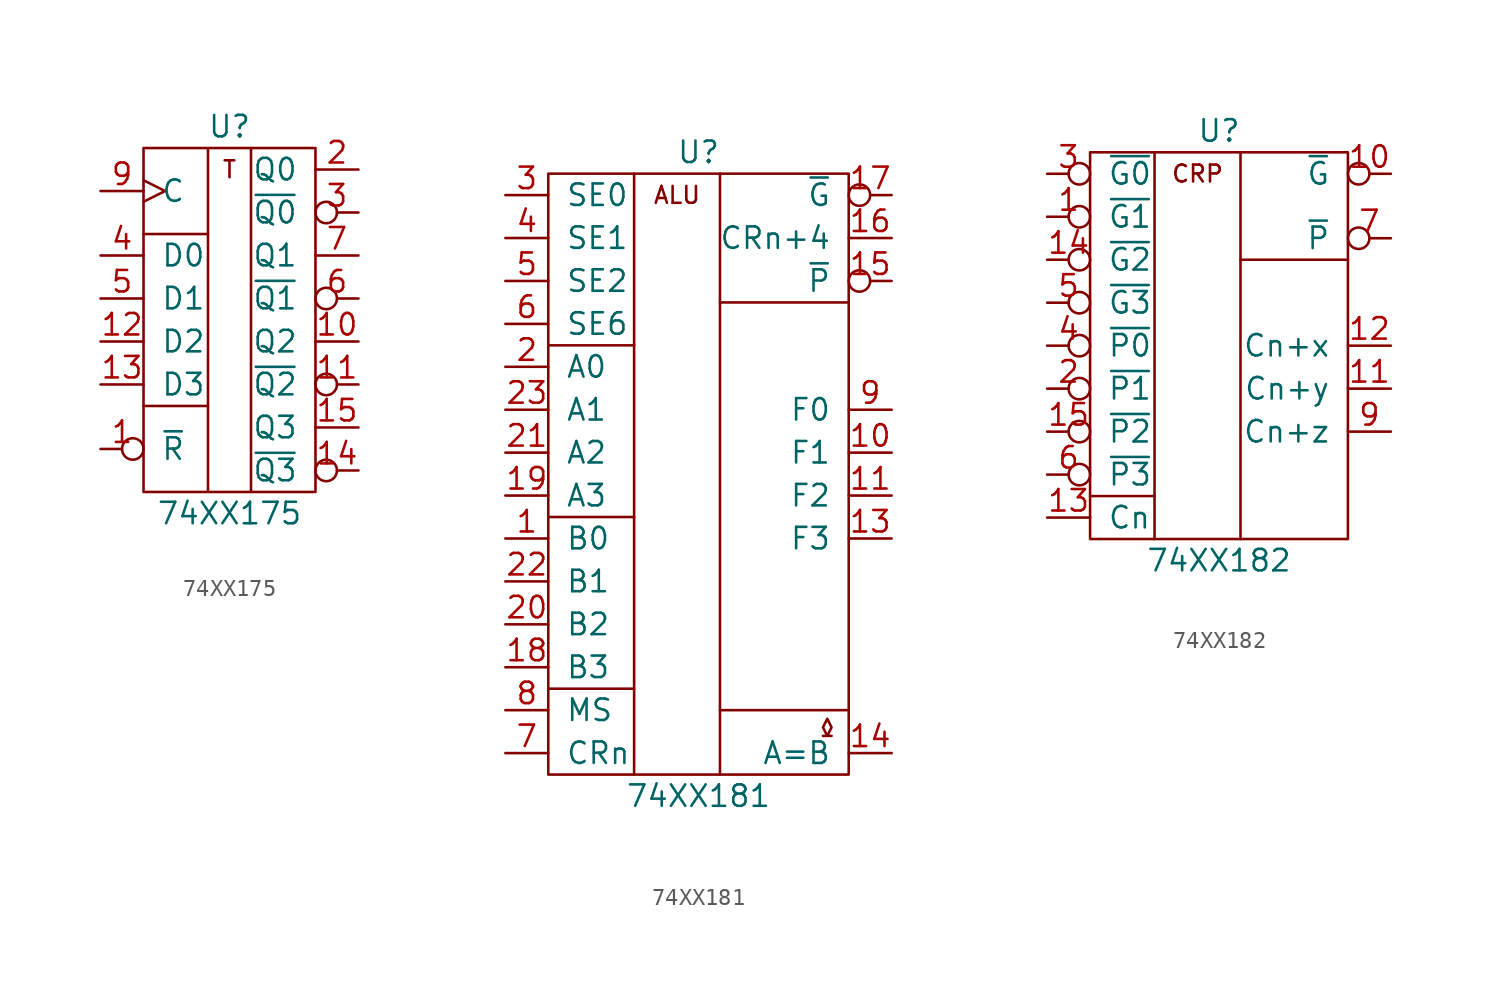
<source format=kicad_sym>
(kicad_symbol_lib
  (version 20211014)
  (generator kicad_symbol_editor)
  (symbol "74XX175"
    (pin_names
      (offset 1.016))
    (property "Reference" "U"
      (at 0 11.43 0)
      (effects (font (size 1.27 1.27))))
    (property "Value" "74XX175"
      (at 0 -11.43 0)
      (effects (font (size 1.27 1.27))))
    (symbol "74XX175_0_0"
      (polyline (pts (xy -5.08 -5.08) (xy -1.27 -5.08)) (stroke (width 0) (type default) (color 0 0 0 0)) (fill (type none)))
      (polyline (pts (xy -5.08 5.08) (xy -1.27 5.08)) (stroke (width 0) (type default) (color 0 0 0 0)) (fill (type none)))
      (polyline (pts (xy -1.27 -10.16) (xy -1.27 10.16)) (stroke (width 0) (type default) (color 0 0 0 0)) (fill (type none)))
      (polyline (pts (xy 1.27 10.16) (xy 1.27 -10.16)) (stroke (width 0) (type default) (color 0 0 0 0)) (fill (type none)))
      (rectangle (start 5.08 10.16) (end -5.08 -10.16) (stroke (width 0) (type default) (color 0 0 0 0)) (fill (type none)))
      (text "T" (at 0 8.89 0) (effects (font (size 1 1)))))
    (symbol "74XX175_0_1"
      (pin input inverted (at -7.62 -7.62 0) (length 2.54) (name "~{R}" (effects (font (size 1.27 1.27)))) (number "1" (effects (font (size 1.27 1.27)))))
      (pin output line (at 7.62 -1.27 180) (length 2.54) (name "Q2" (effects (font (size 1.27 1.27)))) (number "10" (effects (font (size 1.27 1.27)))))
      (pin output inverted (at 7.62 -3.81 180) (length 2.54) (name "~{Q2}" (effects (font (size 1.27 1.27)))) (number "11" (effects (font (size 1.27 1.27)))))
      (pin input line (at -7.62 -1.27 0) (length 2.54) (name "D2" (effects (font (size 1.27 1.27)))) (number "12" (effects (font (size 1.27 1.27)))))
      (pin input line (at -7.62 -3.81 0) (length 2.54) (name "D3" (effects (font (size 1.27 1.27)))) (number "13" (effects (font (size 1.27 1.27)))))
      (pin output inverted (at 7.62 -8.89 180) (length 2.54) (name "~{Q3}" (effects (font (size 1.27 1.27)))) (number "14" (effects (font (size 1.27 1.27)))))
      (pin output line (at 7.62 -6.35 180) (length 2.54) (name "Q3" (effects (font (size 1.27 1.27)))) (number "15" (effects (font (size 1.27 1.27)))))
      (pin power_in line (at 5.08 10.16 180) (length 0) hide (name "VCC" (effects (font (size 1.27 1.27)))) (number "16" (effects (font (size 1.27 1.27)))))
      (pin output line (at 7.62 8.89 180) (length 2.54) (name "Q0" (effects (font (size 1.27 1.27)))) (number "2" (effects (font (size 1.27 1.27)))))
      (pin output inverted (at 7.62 6.35 180) (length 2.54) (name "~{Q0}" (effects (font (size 1.27 1.27)))) (number "3" (effects (font (size 1.27 1.27)))))
      (pin input line (at -7.62 3.81 0) (length 2.54) (name "D0" (effects (font (size 1.27 1.27)))) (number "4" (effects (font (size 1.27 1.27)))))
      (pin input line (at -7.62 1.27 0) (length 2.54) (name "D1" (effects (font (size 1.27 1.27)))) (number "5" (effects (font (size 1.27 1.27)))))
      (pin output inverted (at 7.62 1.27 180) (length 2.54) (name "~{Q1}" (effects (font (size 1.27 1.27)))) (number "6" (effects (font (size 1.27 1.27)))))
      (pin output line (at 7.62 3.81 180) (length 2.54) (name "Q1" (effects (font (size 1.27 1.27)))) (number "7" (effects (font (size 1.27 1.27)))))
      (pin power_in line (at 5.08 -10.16 180) (length 0) hide (name "GND" (effects (font (size 1.27 1.27)))) (number "8" (effects (font (size 1.27 1.27)))))
      (pin input clock (at -7.62 7.62 0) (length 2.54) (name "C" (effects (font (size 1.27 1.27)))) (number "9" (effects (font (size 1.27 1.27)))))))
  (symbol "74XX181"
    (pin_names
      (offset 1.016))
    (property "Reference" "U"
      (at 0 19.05 0)
      (effects (font (size 1.27 1.27))))
    (property "Value" "74XX181"
      (at 0 -19.05 0)
      (effects (font (size 1.27 1.27))))
    (symbol "74XX181_0_0"
      (polyline (pts (xy -8.89 -12.7) (xy -3.81 -12.7)) (stroke (width 0) (type default) (color 0 0 0 0)) (fill (type none)))
      (polyline (pts (xy -8.89 -2.54) (xy -3.81 -2.54)) (stroke (width 0) (type default) (color 0 0 0 0)) (fill (type none)))
      (polyline (pts (xy -8.89 7.62) (xy -3.81 7.62)) (stroke (width 0) (type default) (color 0 0 0 0)) (fill (type none)))
      (polyline (pts (xy 1.27 -13.97) (xy 8.89 -13.97)) (stroke (width 0) (type default) (color 0 0 0 0)) (fill (type none)))
      (polyline (pts (xy 1.27 10.16) (xy 8.89 10.16)) (stroke (width 0) (type default) (color 0 0 0 0)) (fill (type none)))
      (polyline (pts (xy 1.27 17.78) (xy 1.27 -17.78)) (stroke (width 0) (type default) (color 0 0 0 0)) (fill (type none)))
      (text "ALU" (at -1.27 16.51 0) (effects (font (size 1 1)))))
    (symbol "74XX181_0_1"
      (rectangle (start -8.89 17.78) (end 8.89 -17.78) (stroke (width 0) (type default) (color 0 0 0 0)) (fill (type none)))
      (polyline (pts (xy -3.81 17.78) (xy -3.81 -17.78)) (stroke (width 0) (type default) (color 0 0 0 0)) (fill (type none)))
      (pin power_in line (at 8.89 -17.78 180) (length 0) hide (name "GND" (effects (font (size 1.27 1.27)))) (number "12" (effects (font (size 1.27 1.27)))))
      (pin power_in line (at 8.89 17.78 180) (length 0) hide (name "VCC" (effects (font (size 1.27 1.27)))) (number "24" (effects (font (size 1.27 1.27))))))
    (symbol "74XX181_1_1"
      (polyline (pts (xy 7.62 -15.494) (xy 7.366 -14.986) (xy 7.62 -14.478) (xy 7.874 -14.986) (xy 7.62 -15.494) (xy 7.366 -15.494) (xy 7.874 -15.494)) (stroke (width 0) (type default) (color 0 0 0 0)) (fill (type none)))
      (pin input line (at -11.43 -3.81 0) (length 2.54) (name "B0" (effects (font (size 1.27 1.27)))) (number "1" (effects (font (size 1.27 1.27)))))
      (pin output line (at 11.43 1.27 180) (length 2.54) (name "F1" (effects (font (size 1.27 1.27)))) (number "10" (effects (font (size 1.27 1.27)))))
      (pin output line (at 11.43 -1.27 180) (length 2.54) (name "F2" (effects (font (size 1.27 1.27)))) (number "11" (effects (font (size 1.27 1.27)))))
      (pin output line (at 11.43 -3.81 180) (length 2.54) (name "F3" (effects (font (size 1.27 1.27)))) (number "13" (effects (font (size 1.27 1.27)))))
      (pin open_collector line (at 11.43 -16.51 180) (length 2.54) (name "A=B" (effects (font (size 1.27 1.27)))) (number "14" (effects (font (size 1.27 1.27)))))
      (pin output inverted (at 11.43 11.43 180) (length 2.54) (name "~{P}" (effects (font (size 1.27 1.27)))) (number "15" (effects (font (size 1.27 1.27)))))
      (pin output line (at 11.43 13.97 180) (length 2.54) (name "CRn+4" (effects (font (size 1.27 1.27)))) (number "16" (effects (font (size 1.27 1.27)))))
      (pin output inverted (at 11.43 16.51 180) (length 2.54) (name "~{G}" (effects (font (size 1.27 1.27)))) (number "17" (effects (font (size 1.27 1.27)))))
      (pin input line (at -11.43 -11.43 0) (length 2.54) (name "B3" (effects (font (size 1.27 1.27)))) (number "18" (effects (font (size 1.27 1.27)))))
      (pin input line (at -11.43 -1.27 0) (length 2.54) (name "A3" (effects (font (size 1.27 1.27)))) (number "19" (effects (font (size 1.27 1.27)))))
      (pin input line (at -11.43 6.35 0) (length 2.54) (name "A0" (effects (font (size 1.27 1.27)))) (number "2" (effects (font (size 1.27 1.27)))))
      (pin input line (at -11.43 -8.89 0) (length 2.54) (name "B2" (effects (font (size 1.27 1.27)))) (number "20" (effects (font (size 1.27 1.27)))))
      (pin input line (at -11.43 1.27 0) (length 2.54) (name "A2" (effects (font (size 1.27 1.27)))) (number "21" (effects (font (size 1.27 1.27)))))
      (pin input line (at -11.43 -6.35 0) (length 2.54) (name "B1" (effects (font (size 1.27 1.27)))) (number "22" (effects (font (size 1.27 1.27)))))
      (pin input line (at -11.43 3.81 0) (length 2.54) (name "A1" (effects (font (size 1.27 1.27)))) (number "23" (effects (font (size 1.27 1.27)))))
      (pin input line (at -11.43 16.51 0) (length 2.54) (name "SE0" (effects (font (size 1.27 1.27)))) (number "3" (effects (font (size 1.27 1.27)))))
      (pin input line (at -11.43 13.97 0) (length 2.54) (name "SE1" (effects (font (size 1.27 1.27)))) (number "4" (effects (font (size 1.27 1.27)))))
      (pin input line (at -11.43 11.43 0) (length 2.54) (name "SE2" (effects (font (size 1.27 1.27)))) (number "5" (effects (font (size 1.27 1.27)))))
      (pin input line (at -11.43 8.89 0) (length 2.54) (name "SE6" (effects (font (size 1.27 1.27)))) (number "6" (effects (font (size 1.27 1.27)))))
      (pin input line (at -11.43 -16.51 0) (length 2.54) (name "CRn" (effects (font (size 1.27 1.27)))) (number "7" (effects (font (size 1.27 1.27)))))
      (pin input line (at -11.43 -13.97 0) (length 2.54) (name "MS" (effects (font (size 1.27 1.27)))) (number "8" (effects (font (size 1.27 1.27)))))
      (pin output line (at 11.43 3.81 180) (length 2.54) (name "F0" (effects (font (size 1.27 1.27)))) (number "9" (effects (font (size 1.27 1.27)))))))
  (symbol "74XX182"
    (pin_names
      (offset 1.016))
    (property "Reference" "U"
      (at 0 12.7 0)
      (effects (font (size 1.27 1.27))))
    (property "Value" "74XX182"
      (at 0 -12.7 0)
      (effects (font (size 1.27 1.27))))
    (symbol "74XX182_0_0"
      (rectangle (start -7.62 11.43) (end 7.62 -11.43) (stroke (width 0) (type default) (color 0 0 0 0)) (fill (type none)))
      (polyline (pts (xy -7.62 -8.89) (xy -3.81 -8.89)) (stroke (width 0) (type default) (color 0 0 0 0)) (fill (type none)))
      (polyline (pts (xy -3.81 11.43) (xy -3.81 -11.43)) (stroke (width 0) (type default) (color 0 0 0 0)) (fill (type none)))
      (polyline (pts (xy 1.27 5.08) (xy 7.62 5.08)) (stroke (width 0) (type default) (color 0 0 0 0)) (fill (type none)))
      (polyline (pts (xy 1.27 11.43) (xy 1.27 -11.43)) (stroke (width 0) (type default) (color 0 0 0 0)) (fill (type none)))
      (text "CRP" (at -1.27 10.16 0) (effects (font (size 1 1)))))
    (symbol "74XX182_0_1"
      (pin power_in line (at 7.62 11.43 180) (length 0) hide (name "VCC" (effects (font (size 1.27 1.27)))) (number "16" (effects (font (size 1.27 1.27)))))
      (pin power_in line (at 7.62 -11.43 180) (length 0) hide (name "GND" (effects (font (size 1.27 1.27)))) (number "8" (effects (font (size 1.27 1.27))))))
    (symbol "74XX182_1_1"
      (pin input inverted (at -10.16 7.62 0) (length 2.54) (name "~{G1}" (effects (font (size 1.27 1.27)))) (number "1" (effects (font (size 1.27 1.27)))))
      (pin output inverted (at 10.16 10.16 180) (length 2.54) (name "~{G}" (effects (font (size 1.27 1.27)))) (number "10" (effects (font (size 1.27 1.27)))))
      (pin output line (at 10.16 -2.54 180) (length 2.54) (name "Cn+y" (effects (font (size 1.27 1.27)))) (number "11" (effects (font (size 1.27 1.27)))))
      (pin output line (at 10.16 0 180) (length 2.54) (name "Cn+x" (effects (font (size 1.27 1.27)))) (number "12" (effects (font (size 1.27 1.27)))))
      (pin input line (at -10.16 -10.16 0) (length 2.54) (name "Cn" (effects (font (size 1.27 1.27)))) (number "13" (effects (font (size 1.27 1.27)))))
      (pin input inverted (at -10.16 5.08 0) (length 2.54) (name "~{G2}" (effects (font (size 1.27 1.27)))) (number "14" (effects (font (size 1.27 1.27)))))
      (pin input inverted (at -10.16 -5.08 0) (length 2.54) (name "~{P2}" (effects (font (size 1.27 1.27)))) (number "15" (effects (font (size 1.27 1.27)))))
      (pin input inverted (at -10.16 -2.54 0) (length 2.54) (name "~{P1}" (effects (font (size 1.27 1.27)))) (number "2" (effects (font (size 1.27 1.27)))))
      (pin input inverted (at -10.16 10.16 0) (length 2.54) (name "~{G0}" (effects (font (size 1.27 1.27)))) (number "3" (effects (font (size 1.27 1.27)))))
      (pin input inverted (at -10.16 0 0) (length 2.54) (name "~{P0}" (effects (font (size 1.27 1.27)))) (number "4" (effects (font (size 1.27 1.27)))))
      (pin input inverted (at -10.16 2.54 0) (length 2.54) (name "~{G3}" (effects (font (size 1.27 1.27)))) (number "5" (effects (font (size 1.27 1.27)))))
      (pin input inverted (at -10.16 -7.62 0) (length 2.54) (name "~{P3}" (effects (font (size 1.27 1.27)))) (number "6" (effects (font (size 1.27 1.27)))))
      (pin output inverted (at 10.16 6.35 180) (length 2.54) (name "~{P}" (effects (font (size 1.27 1.27)))) (number "7" (effects (font (size 1.27 1.27)))))
      (pin output line (at 10.16 -5.08 180) (length 2.54) (name "Cn+z" (effects (font (size 1.27 1.27)))) (number "9" (effects (font (size 1.27 1.27))))))))
</source>
